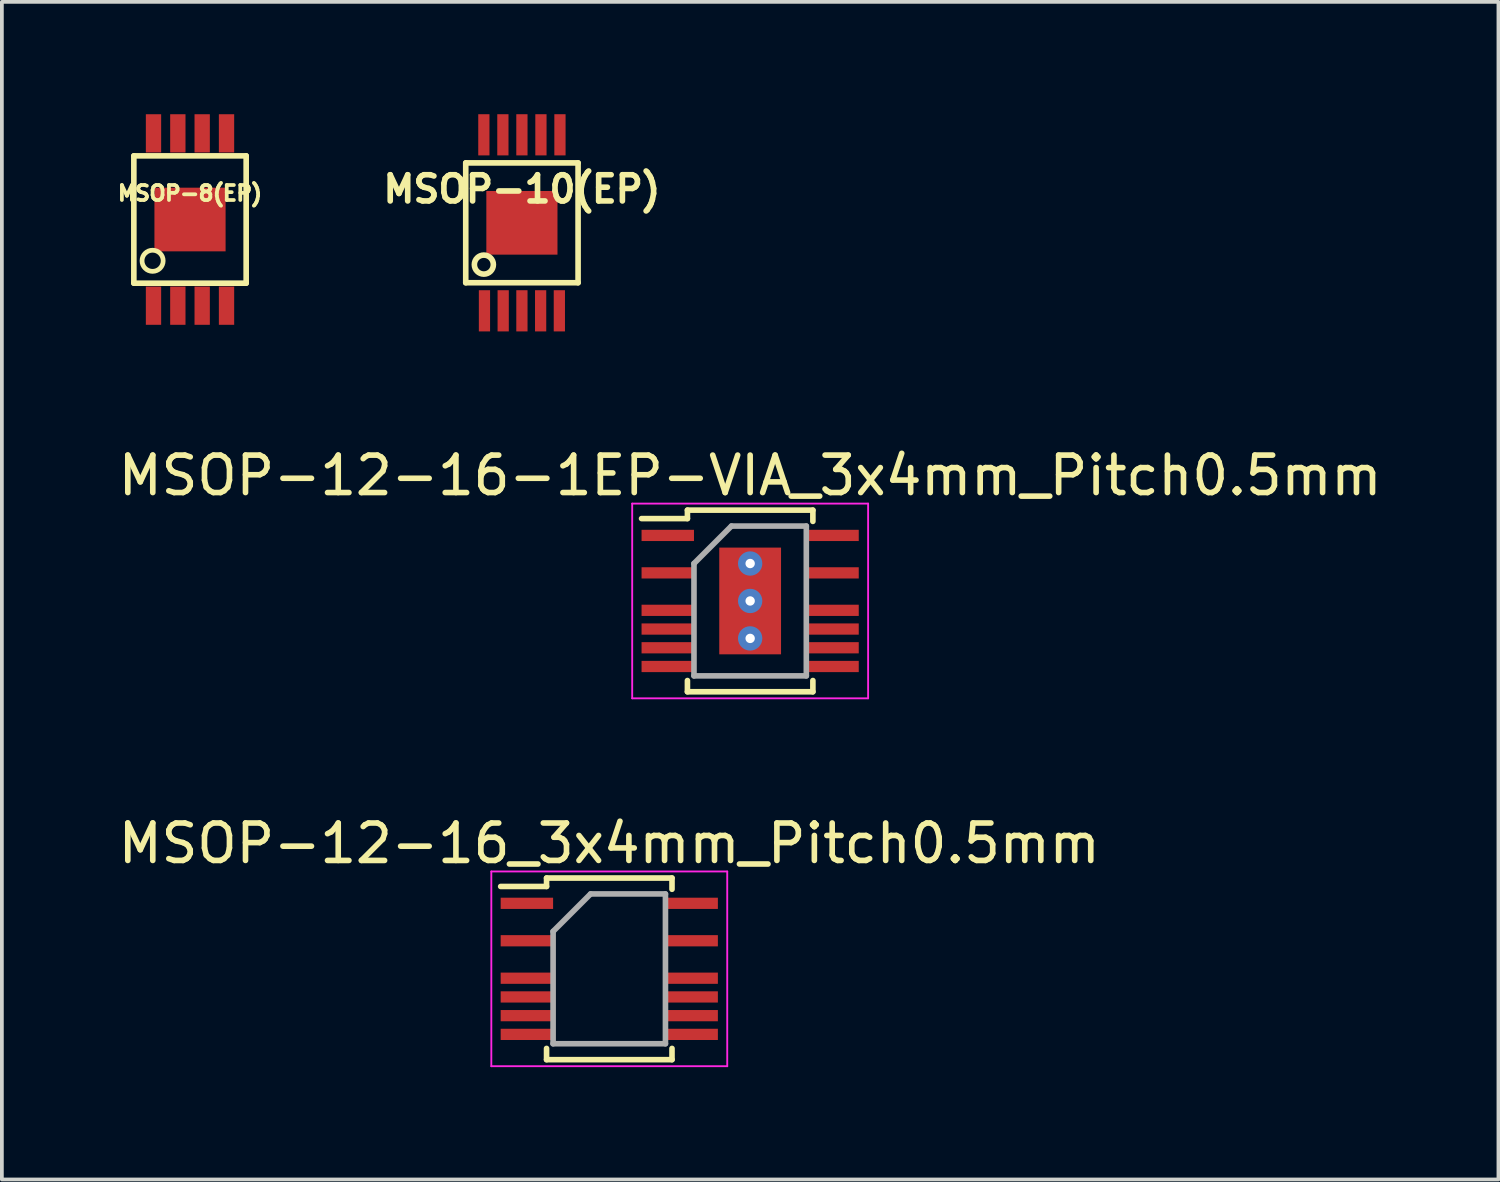
<source format=kicad_pcb>
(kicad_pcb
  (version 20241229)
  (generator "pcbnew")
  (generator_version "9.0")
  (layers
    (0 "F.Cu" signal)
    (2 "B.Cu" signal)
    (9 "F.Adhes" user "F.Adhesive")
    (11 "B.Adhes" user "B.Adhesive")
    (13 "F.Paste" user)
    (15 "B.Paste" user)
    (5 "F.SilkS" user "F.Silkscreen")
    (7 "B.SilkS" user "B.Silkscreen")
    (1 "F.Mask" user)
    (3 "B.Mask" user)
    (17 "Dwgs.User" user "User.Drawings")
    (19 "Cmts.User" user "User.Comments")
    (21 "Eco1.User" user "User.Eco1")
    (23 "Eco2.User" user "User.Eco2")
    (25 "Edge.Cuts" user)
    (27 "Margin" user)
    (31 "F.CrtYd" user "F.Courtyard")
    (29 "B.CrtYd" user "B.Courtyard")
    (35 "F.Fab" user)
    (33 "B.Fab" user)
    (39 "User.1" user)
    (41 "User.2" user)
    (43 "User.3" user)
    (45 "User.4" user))
  (footprint "MSOP-8(EP)"
    (layer "F.Cu")
    (at 2.024 2.812)
    (property "Reference" "MSOP-8(EP)" (at 0 -0.701 0) (layer "F.SilkS") (effects (font (size 0.4 0.4) (thickness 0.1))))
    (attr smd)
    (fp_line (start -1.5 -1.7) (end 1.5 -1.7) (stroke (width 0.15) (type solid)) (layer "F.SilkS"))
    (fp_line (start -1.5 1.7) (end -1.5 -1.7) (stroke (width 0.15) (type solid)) (layer "F.SilkS"))
    (fp_line (start 1.5 -1.7) (end 1.5 1.7) (stroke (width 0.15) (type solid)) (layer "F.SilkS"))
    (fp_line (start 1.5 1.7) (end -1.5 1.7) (stroke (width 0.15) (type solid)) (layer "F.SilkS"))
    (fp_circle (center -0.999 1.102) (end -1.2 1.3) (stroke (width 0.127) (type solid)) (fill no) (layer "F.SilkS"))
    (pad "1" smd rect (at -0.975 2.301) (size 0.409 1.021) (layers "F.Cu" "F.Mask" "F.Paste"))
    (pad "2" smd rect (at -0.325 2.301) (size 0.409 1.021) (layers "F.Cu" "F.Mask" "F.Paste"))
    (pad "3" smd rect (at 0.325 2.301) (size 0.409 1.021) (layers "F.Cu" "F.Mask" "F.Paste"))
    (pad "4" smd rect (at 0.975 2.301) (size 0.409 1.021) (layers "F.Cu" "F.Mask" "F.Paste"))
    (pad "5" smd rect (at 0.975 -2.301) (size 0.409 1.021) (layers "F.Cu" "F.Mask" "F.Paste"))
    (pad "6" smd rect (at 0.325 -2.301) (size 0.409 1.021) (layers "F.Cu" "F.Mask" "F.Paste"))
    (pad "7" smd rect (at -0.325 -2.301) (size 0.409 1.021) (layers "F.Cu" "F.Mask" "F.Paste"))
    (pad "8" smd rect (at -0.975 -2.301) (size 0.409 1.021) (layers "F.Cu" "F.Mask" "F.Paste"))
    (pad "9" smd rect (at 0 0) (size 1.9 1.7) (layers "F.Cu" "F.Mask" "F.Paste")))
  (footprint "MSOP-10(EP)"
    (layer "F.Cu")
    (at 10.887 2.9)
    (property "Reference" "MSOP-10(EP)" (at 0 -0.9 0) (layer "F.SilkS") (effects (font (size 0.7 0.7) (thickness 0.15))))
    (attr smd)
    (fp_line (start -1.5 -1.6) (end -1.5 1.6) (stroke (width 0.15) (type solid)) (layer "F.SilkS"))
    (fp_line (start -1.5 1.6) (end 1.5 1.6) (stroke (width 0.15) (type solid)) (layer "F.SilkS"))
    (fp_line (start 1.5 -1.6) (end -1.5 -1.6) (stroke (width 0.15) (type solid)) (layer "F.SilkS"))
    (fp_line (start 1.5 1.6) (end 1.5 -1.6) (stroke (width 0.15) (type solid)) (layer "F.SilkS"))
    (fp_circle (center -1.016 1.116) (end -1.016 0.862) (stroke (width 0.15) (type solid)) (fill no) (layer "F.SilkS"))
    (pad "1" smd rect (at -1 2.35) (size 0.3 1.1) (layers "F.Cu" "F.Mask" "F.Paste"))
    (pad "2" smd rect (at -0.5 2.35) (size 0.3 1.1) (layers "F.Cu" "F.Mask" "F.Paste"))
    (pad "3" smd rect (at 0 2.35) (size 0.3 1.1) (layers "F.Cu" "F.Mask" "F.Paste"))
    (pad "4" smd rect (at 0.5 2.35) (size 0.3 1.1) (layers "F.Cu" "F.Mask" "F.Paste"))
    (pad "5" smd rect (at 1 2.35) (size 0.3 1.1) (layers "F.Cu" "F.Mask" "F.Paste"))
    (pad "6" smd rect (at 1.016 -2.35) (size 0.3 1.1) (layers "F.Cu" "F.Mask" "F.Paste"))
    (pad "7" smd rect (at 0.508 -2.35) (size 0.3 1.1) (layers "F.Cu" "F.Mask" "F.Paste"))
    (pad "8" smd rect (at 0 -2.35) (size 0.3 1.1) (layers "F.Cu" "F.Mask" "F.Paste"))
    (pad "9" smd rect (at -0.508 -2.35) (size 0.3 1.1) (layers "F.Cu" "F.Mask" "F.Paste"))
    (pad "10" smd rect (at -1.016 -2.35) (size 0.3 1.1) (layers "F.Cu" "F.Mask" "F.Paste"))
    (pad "11" smd rect (at 0 0) (size 1.9 1.7) (layers "F.Cu" "F.Mask" "F.Paste")))
  (footprint "MSOP-12-16_3x4mm_Pitch0.5mm"
    (layer "F.Cu")
    (at 13.22 22.822)
    (property "Reference" "MSOP-12-16_3x4mm_Pitch0.5mm" (at 0 -3.35 0) (layer "F.SilkS") (effects (font (size 1 1) (thickness 0.15))))
    (attr smd)
    (fp_line (start -1.675 -2.425) (end -1.675 -2.2) (stroke (width 0.15) (type solid)) (layer "F.SilkS"))
    (fp_line (start -1.675 -2.425) (end 1.675 -2.425) (stroke (width 0.15) (type solid)) (layer "F.SilkS"))
    (fp_line (start -1.675 -2.2) (end -2.9 -2.2) (stroke (width 0.15) (type solid)) (layer "F.SilkS"))
    (fp_line (start -1.675 2.425) (end -1.675 2.125) (stroke (width 0.15) (type solid)) (layer "F.SilkS"))
    (fp_line (start -1.675 2.425) (end 1.675 2.425) (stroke (width 0.15) (type solid)) (layer "F.SilkS"))
    (fp_line (start 1.675 -2.425) (end 1.675 -2.125) (stroke (width 0.15) (type solid)) (layer "F.SilkS"))
    (fp_line (start 1.675 2.425) (end 1.675 2.125) (stroke (width 0.15) (type solid)) (layer "F.SilkS"))
    (fp_line (start -3.15 -2.6) (end -3.15 2.6) (stroke (width 0.05) (type solid)) (layer "F.CrtYd"))
    (fp_line (start -3.15 -2.6) (end 3.15 -2.6) (stroke (width 0.05) (type solid)) (layer "F.CrtYd"))
    (fp_line (start -3.15 2.6) (end 3.15 2.6) (stroke (width 0.05) (type solid)) (layer "F.CrtYd"))
    (fp_line (start 3.15 -2.6) (end 3.15 2.6) (stroke (width 0.05) (type solid)) (layer "F.CrtYd"))
    (fp_line (start -1.5 -1) (end -0.5 -2) (stroke (width 0.15) (type solid)) (layer "F.Fab"))
    (fp_line (start -1.5 2) (end -1.5 -1) (stroke (width 0.15) (type solid)) (layer "F.Fab"))
    (fp_line (start -0.5 -2) (end 1.5 -2) (stroke (width 0.15) (type solid)) (layer "F.Fab"))
    (fp_line (start 1.5 -2) (end 1.5 2) (stroke (width 0.15) (type solid)) (layer "F.Fab"))
    (fp_line (start 1.5 2) (end -1.5 2) (stroke (width 0.15) (type solid)) (layer "F.Fab"))
    (pad "1" smd rect (at -2.2 -1.75) (size 1.4 0.3) (layers "F.Cu" "F.Mask" "F.Paste"))
    (pad "3" smd rect (at -2.2 -0.75) (size 1.4 0.3) (layers "F.Cu" "F.Mask" "F.Paste"))
    (pad "5" smd rect (at -2.2 0.25) (size 1.4 0.3) (layers "F.Cu" "F.Mask" "F.Paste"))
    (pad "6" smd rect (at -2.2 0.75) (size 1.4 0.3) (layers "F.Cu" "F.Mask" "F.Paste"))
    (pad "7" smd rect (at -2.2 1.25) (size 1.4 0.3) (layers "F.Cu" "F.Mask" "F.Paste"))
    (pad "8" smd rect (at -2.2 1.75) (size 1.4 0.3) (layers "F.Cu" "F.Mask" "F.Paste"))
    (pad "9" smd rect (at 2.2 1.75) (size 1.4 0.3) (layers "F.Cu" "F.Mask" "F.Paste"))
    (pad "10" smd rect (at 2.2 1.25) (size 1.4 0.3) (layers "F.Cu" "F.Mask" "F.Paste"))
    (pad "11" smd rect (at 2.2 0.75) (size 1.4 0.3) (layers "F.Cu" "F.Mask" "F.Paste"))
    (pad "12" smd rect (at 2.2 0.25) (size 1.4 0.3) (layers "F.Cu" "F.Mask" "F.Paste"))
    (pad "14" smd rect (at 2.2 -0.75) (size 1.4 0.3) (layers "F.Cu" "F.Mask" "F.Paste"))
    (pad "16" smd rect (at 2.2 -1.75) (size 1.4 0.3) (layers "F.Cu" "F.Mask" "F.Paste")))
  (footprint "MSOP-12-16-1EP-VIA_3x4mm_Pitch0.5mm"
    (layer "F.Cu")
    (at 16.982 12.998)
    (property "Reference" "MSOP-12-16-1EP-VIA_3x4mm_Pitch0.5mm" (at 0 -3.35 0) (layer "F.SilkS") (effects (font (size 1 1) (thickness 0.15))))
    (attr smd)
    (fp_line (start -1.675 -2.425) (end -1.675 -2.2) (stroke (width 0.15) (type solid)) (layer "F.SilkS"))
    (fp_line (start -1.675 -2.425) (end 1.675 -2.425) (stroke (width 0.15) (type solid)) (layer "F.SilkS"))
    (fp_line (start -1.675 -2.2) (end -2.9 -2.2) (stroke (width 0.15) (type solid)) (layer "F.SilkS"))
    (fp_line (start -1.675 2.425) (end -1.675 2.125) (stroke (width 0.15) (type solid)) (layer "F.SilkS"))
    (fp_line (start -1.675 2.425) (end 1.675 2.425) (stroke (width 0.15) (type solid)) (layer "F.SilkS"))
    (fp_line (start 1.675 -2.425) (end 1.675 -2.125) (stroke (width 0.15) (type solid)) (layer "F.SilkS"))
    (fp_line (start 1.675 2.425) (end 1.675 2.125) (stroke (width 0.15) (type solid)) (layer "F.SilkS"))
    (fp_line (start -3.15 -2.6) (end -3.15 2.6) (stroke (width 0.05) (type solid)) (layer "F.CrtYd"))
    (fp_line (start -3.15 -2.6) (end 3.15 -2.6) (stroke (width 0.05) (type solid)) (layer "F.CrtYd"))
    (fp_line (start -3.15 2.6) (end 3.15 2.6) (stroke (width 0.05) (type solid)) (layer "F.CrtYd"))
    (fp_line (start 3.15 -2.6) (end 3.15 2.6) (stroke (width 0.05) (type solid)) (layer "F.CrtYd"))
    (fp_line (start -1.5 -1) (end -0.5 -2) (stroke (width 0.15) (type solid)) (layer "F.Fab"))
    (fp_line (start -1.5 2) (end -1.5 -1) (stroke (width 0.15) (type solid)) (layer "F.Fab"))
    (fp_line (start -0.5 -2) (end 1.5 -2) (stroke (width 0.15) (type solid)) (layer "F.Fab"))
    (fp_line (start 1.5 -2) (end 1.5 2) (stroke (width 0.15) (type solid)) (layer "F.Fab"))
    (fp_line (start 1.5 2) (end -1.5 2) (stroke (width 0.15) (type solid)) (layer "F.Fab"))
    (pad "1" smd rect (at -2.2 -1.75) (size 1.4 0.3) (layers "F.Cu" "F.Mask" "F.Paste"))
    (pad "3" smd rect (at -2.2 -0.75) (size 1.4 0.3) (layers "F.Cu" "F.Mask" "F.Paste"))
    (pad "5" smd rect (at -2.2 0.25) (size 1.4 0.3) (layers "F.Cu" "F.Mask" "F.Paste"))
    (pad "6" smd rect (at -2.2 0.75) (size 1.4 0.3) (layers "F.Cu" "F.Mask" "F.Paste"))
    (pad "7" smd rect (at -2.2 1.25) (size 1.4 0.3) (layers "F.Cu" "F.Mask" "F.Paste"))
    (pad "8" smd rect (at -2.2 1.75) (size 1.4 0.3) (layers "F.Cu" "F.Mask" "F.Paste"))
    (pad "9" smd rect (at 2.2 1.75) (size 1.4 0.3) (layers "F.Cu" "F.Mask" "F.Paste"))
    (pad "10" smd rect (at 2.2 1.25) (size 1.4 0.3) (layers "F.Cu" "F.Mask" "F.Paste"))
    (pad "11" smd rect (at 2.2 0.75) (size 1.4 0.3) (layers "F.Cu" "F.Mask" "F.Paste"))
    (pad "12" smd rect (at 2.2 0.25) (size 1.4 0.3) (layers "F.Cu" "F.Mask" "F.Paste"))
    (pad "14" smd rect (at 2.2 -0.75) (size 1.4 0.3) (layers "F.Cu" "F.Mask" "F.Paste"))
    (pad "16" smd rect (at 2.2 -1.75) (size 1.4 0.3) (layers "F.Cu" "F.Mask" "F.Paste"))
    (pad "17" thru_hole circle (at 0 -1) (size 0.65 0.65) (drill 0.25) (layers "*.Cu" "*.Paste" "*.Mask"))
    (pad "17" thru_hole circle (at 0 0) (size 0.65 0.65) (drill 0.25) (layers "*.Cu" "*.Paste" "*.Mask"))
    (pad "17" smd rect (at 0 0) (size 1.65 2.85) (layers "F.Cu" "F.Mask" "F.Paste"))
    (pad "17" thru_hole circle (at 0 1) (size 0.65 0.65) (drill 0.25) (layers "*.Cu" "*.Paste" "*.Mask")))
  (gr_rect
    (start -3 -3)
    (end 36.964 28.447)
    (stroke (width 0.1) (type default))
    (fill no)
    (layer "Edge.Cuts")))
</source>
